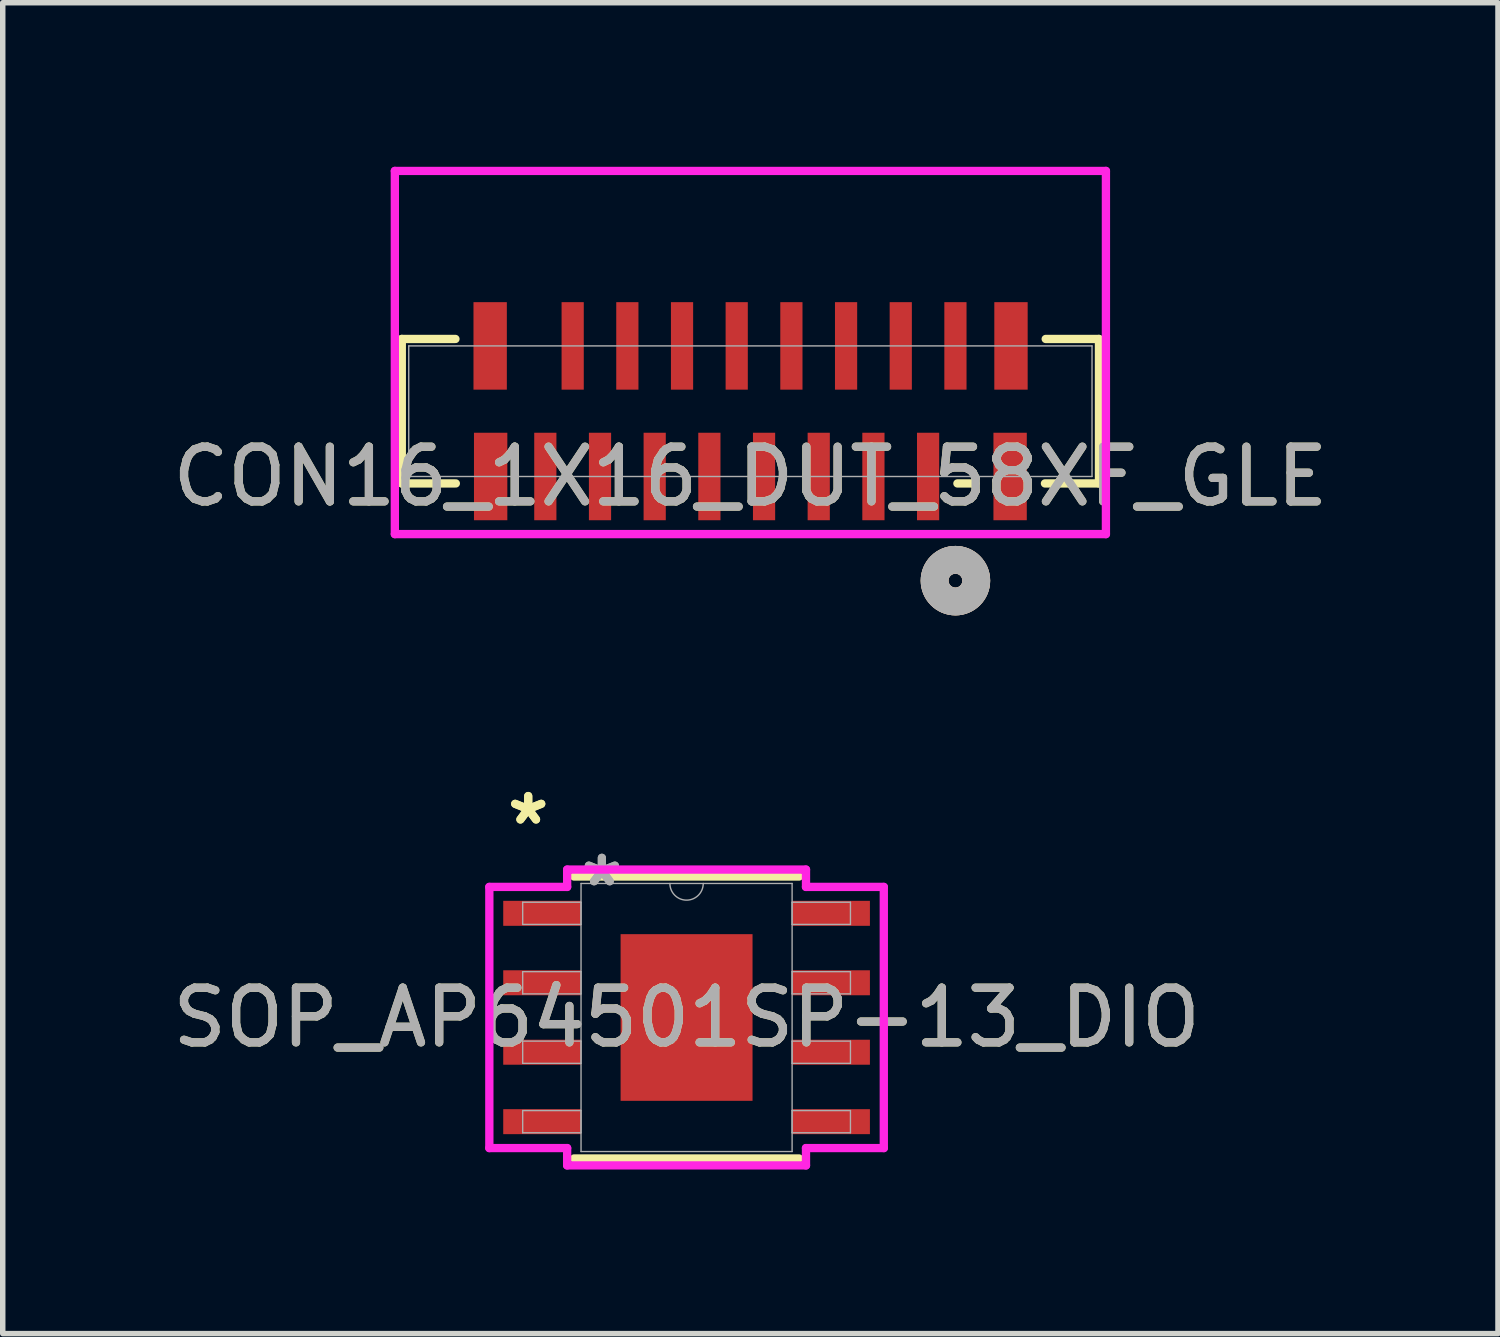
<source format=kicad_pcb>
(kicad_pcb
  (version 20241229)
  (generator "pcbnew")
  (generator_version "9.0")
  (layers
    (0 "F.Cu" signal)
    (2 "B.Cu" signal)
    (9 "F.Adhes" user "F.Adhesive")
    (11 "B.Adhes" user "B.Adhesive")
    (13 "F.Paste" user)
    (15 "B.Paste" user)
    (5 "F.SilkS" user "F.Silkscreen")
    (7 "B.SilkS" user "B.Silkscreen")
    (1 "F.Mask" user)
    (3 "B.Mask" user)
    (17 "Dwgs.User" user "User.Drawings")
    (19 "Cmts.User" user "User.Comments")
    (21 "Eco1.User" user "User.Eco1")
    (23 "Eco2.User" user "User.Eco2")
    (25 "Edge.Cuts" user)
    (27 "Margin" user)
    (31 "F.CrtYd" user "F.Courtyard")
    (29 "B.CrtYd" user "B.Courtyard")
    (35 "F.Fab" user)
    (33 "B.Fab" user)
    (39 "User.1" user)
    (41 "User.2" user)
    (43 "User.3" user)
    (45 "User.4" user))
  (footprint "CON16_1X16_DUT_58XF_GLE"
    (layer "F.Cu")
    (at 14.423 5.664)
    (property "Reference" "CON16_1X16_DUT_58XF_GLE" (at -3.75 0 0) (unlocked yes) (layer "F.SilkS") (effects (font (size 1 1) (thickness 0.15))))
    (attr smd)
    (fp_line (start -10.125 -2.515) (end -10.125 0.127) (stroke (width 0.152) (type solid)) (layer "F.SilkS"))
    (fp_line (start -10.125 0.127) (end -9.137 0.127) (stroke (width 0.152) (type solid)) (layer "F.SilkS"))
    (fp_line (start -9.144 -2.515) (end -10.125 -2.515) (stroke (width 0.152) (type solid)) (layer "F.SilkS"))
    (fp_line (start 0.036 0.127) (end 0.362 0.127) (stroke (width 0.152) (type solid)) (layer "F.SilkS"))
    (fp_line (start 1.637 0.127) (end 2.625 0.127) (stroke (width 0.152) (type solid)) (layer "F.SilkS"))
    (fp_line (start 2.625 -2.515) (end 1.651 -2.515) (stroke (width 0.152) (type solid)) (layer "F.SilkS"))
    (fp_line (start 2.625 0.127) (end 2.625 -2.515) (stroke (width 0.152) (type solid)) (layer "F.SilkS"))
    (fp_circle (center 0 1.905) (end 0.381 1.905) (stroke (width 0.508) (type solid)) (fill no) (layer "F.SilkS"))
    (fp_circle (center 0 1.905) (end 0.381 1.905) (stroke (width 0.508) (type solid)) (fill no) (layer "B.SilkS"))
    (fp_line (start -10.252 -5.588) (end -10.252 1.054) (stroke (width 0.152) (type solid)) (layer "F.CrtYd"))
    (fp_line (start -10.252 1.054) (end 2.752 1.054) (stroke (width 0.152) (type solid)) (layer "F.CrtYd"))
    (fp_line (start 2.752 -5.588) (end -10.252 -5.588) (stroke (width 0.152) (type solid)) (layer "F.CrtYd"))
    (fp_line (start 2.752 1.054) (end 2.752 -5.588) (stroke (width 0.152) (type solid)) (layer "F.CrtYd"))
    (fp_line (start -9.998 -2.388) (end -9.998 0) (stroke (width 0.025) (type solid)) (layer "F.Fab"))
    (fp_line (start -9.998 0) (end 2.498 0) (stroke (width 0.025) (type solid)) (layer "F.Fab"))
    (fp_line (start 2.498 -2.388) (end -9.998 -2.388) (stroke (width 0.025) (type solid)) (layer "F.Fab"))
    (fp_line (start 2.498 0) (end 2.498 -2.388) (stroke (width 0.025) (type solid)) (layer "F.Fab"))
    (fp_circle (center 0 1.905) (end 0.381 1.905) (stroke (width 0.508) (type solid)) (fill no) (layer "F.Fab"))
    (fp_text user "${REFERENCE}" (at -3.75 0 0) (unlocked yes) (layer "F.Fab") (effects (font (size 1 1) (thickness 0.15))))
    (pad "1" smd rect (at 0 -2.388) (size 0.406 1.6) (layers "F.Cu" "F.Mask" "F.Paste"))
    (pad "2" smd rect (at -0.5 0) (size 0.406 1.6) (layers "F.Cu" "F.Mask" "F.Paste"))
    (pad "3" smd rect (at -1 -2.388) (size 0.406 1.6) (layers "F.Cu" "F.Mask" "F.Paste"))
    (pad "4" smd rect (at -1.5 0) (size 0.406 1.6) (layers "F.Cu" "F.Mask" "F.Paste"))
    (pad "5" smd rect (at -2 -2.388) (size 0.406 1.6) (layers "F.Cu" "F.Mask" "F.Paste"))
    (pad "6" smd rect (at -2.5 0) (size 0.406 1.6) (layers "F.Cu" "F.Mask" "F.Paste"))
    (pad "7" smd rect (at -3 -2.388) (size 0.406 1.6) (layers "F.Cu" "F.Mask" "F.Paste"))
    (pad "8" smd rect (at -3.5 0) (size 0.406 1.6) (layers "F.Cu" "F.Mask" "F.Paste"))
    (pad "9" smd rect (at -4 -2.388) (size 0.406 1.6) (layers "F.Cu" "F.Mask" "F.Paste"))
    (pad "10" smd rect (at -4.5 0) (size 0.406 1.6) (layers "F.Cu" "F.Mask" "F.Paste"))
    (pad "11" smd rect (at -5 -2.388) (size 0.406 1.6) (layers "F.Cu" "F.Mask" "F.Paste"))
    (pad "12" smd rect (at -5.5 0) (size 0.406 1.6) (layers "F.Cu" "F.Mask" "F.Paste"))
    (pad "13" smd rect (at -6 -2.388) (size 0.406 1.6) (layers "F.Cu" "F.Mask" "F.Paste"))
    (pad "14" smd rect (at -6.5 0) (size 0.406 1.6) (layers "F.Cu" "F.Mask" "F.Paste"))
    (pad "15" smd rect (at -7 -2.388) (size 0.406 1.6) (layers "F.Cu" "F.Mask" "F.Paste"))
    (pad "16" smd rect (at -7.5 0) (size 0.406 1.6) (layers "F.Cu" "F.Mask" "F.Paste"))
    (pad "SH1" smd rect (at -8.5 0) (size 0.61 1.6) (layers "F.Cu" "F.Mask" "F.Paste"))
    (pad "SH2" smd rect (at 1 0) (size 0.61 1.6) (layers "F.Cu" "F.Mask" "F.Paste"))
    (pad "SH3" smd rect (at -8.509 -2.388) (size 0.61 1.6) (layers "F.Cu" "F.Mask" "F.Paste"))
    (pad "SH4" smd rect (at 1.016 -2.388) (size 0.61 1.6) (layers "F.Cu" "F.Mask" "F.Paste")))
  (footprint "SOP_AP64501SP-13_DIO"
    (layer "F.Cu")
    (at 9.506 15.558)
    (property "Reference" "SOP_AP64501SP-13_DIO" (at 0 0 0) (unlocked yes) (layer "F.SilkS") (effects (font (size 1 1) (thickness 0.15))))
    (attr smd)
    (fp_line (start -2.057 2.578) (end 2.057 2.578) (stroke (width 0.152) (type solid)) (layer "F.SilkS"))
    (fp_line (start 2.057 -2.578) (end -2.057 -2.578) (stroke (width 0.152) (type solid)) (layer "F.SilkS"))
    (fp_poly (pts (xy -1.107 -1.424) (xy -1.107 -0.1) (xy 1.107 -0.1) (xy 1.107 -1.424)) (stroke (width 0) (type solid)) (fill yes) (layer "F.Paste"))
    (fp_poly (pts (xy -1.107 0.1) (xy -1.107 1.424) (xy 1.107 1.424) (xy 1.107 0.1)) (stroke (width 0) (type solid)) (fill yes) (layer "F.Paste"))
    (fp_line (start -3.607 -2.388) (end -2.184 -2.388) (stroke (width 0.152) (type solid)) (layer "F.CrtYd"))
    (fp_line (start -3.607 2.388) (end -3.607 -2.388) (stroke (width 0.152) (type solid)) (layer "F.CrtYd"))
    (fp_line (start -3.607 2.388) (end -2.184 2.388) (stroke (width 0.152) (type solid)) (layer "F.CrtYd"))
    (fp_line (start -2.184 -2.705) (end 2.184 -2.705) (stroke (width 0.152) (type solid)) (layer "F.CrtYd"))
    (fp_line (start -2.184 -2.388) (end -2.184 -2.705) (stroke (width 0.152) (type solid)) (layer "F.CrtYd"))
    (fp_line (start -2.184 2.705) (end -2.184 2.388) (stroke (width 0.152) (type solid)) (layer "F.CrtYd"))
    (fp_line (start 2.184 -2.705) (end 2.184 -2.388) (stroke (width 0.152) (type solid)) (layer "F.CrtYd"))
    (fp_line (start 2.184 2.388) (end 2.184 2.705) (stroke (width 0.152) (type solid)) (layer "F.CrtYd"))
    (fp_line (start 2.184 2.705) (end -2.184 2.705) (stroke (width 0.152) (type solid)) (layer "F.CrtYd"))
    (fp_line (start 3.607 -2.388) (end 2.184 -2.388) (stroke (width 0.152) (type solid)) (layer "F.CrtYd"))
    (fp_line (start 3.607 -2.388) (end 3.607 2.388) (stroke (width 0.152) (type solid)) (layer "F.CrtYd"))
    (fp_line (start 3.607 2.388) (end 2.184 2.388) (stroke (width 0.152) (type solid)) (layer "F.CrtYd"))
    (fp_line (start -2.997 -2.108) (end -2.997 -1.702) (stroke (width 0.025) (type solid)) (layer "F.Fab"))
    (fp_line (start -2.997 -1.702) (end -1.93 -1.702) (stroke (width 0.025) (type solid)) (layer "F.Fab"))
    (fp_line (start -2.997 -0.838) (end -2.997 -0.432) (stroke (width 0.025) (type solid)) (layer "F.Fab"))
    (fp_line (start -2.997 -0.432) (end -1.93 -0.432) (stroke (width 0.025) (type solid)) (layer "F.Fab"))
    (fp_line (start -2.997 0.432) (end -2.997 0.838) (stroke (width 0.025) (type solid)) (layer "F.Fab"))
    (fp_line (start -2.997 0.838) (end -1.93 0.838) (stroke (width 0.025) (type solid)) (layer "F.Fab"))
    (fp_line (start -2.997 1.702) (end -2.997 2.108) (stroke (width 0.025) (type solid)) (layer "F.Fab"))
    (fp_line (start -2.997 2.108) (end -1.93 2.108) (stroke (width 0.025) (type solid)) (layer "F.Fab"))
    (fp_line (start -1.93 -2.451) (end -1.93 2.451) (stroke (width 0.025) (type solid)) (layer "F.Fab"))
    (fp_line (start -1.93 -2.108) (end -2.997 -2.108) (stroke (width 0.025) (type solid)) (layer "F.Fab"))
    (fp_line (start -1.93 -1.702) (end -1.93 -2.108) (stroke (width 0.025) (type solid)) (layer "F.Fab"))
    (fp_line (start -1.93 -0.838) (end -2.997 -0.838) (stroke (width 0.025) (type solid)) (layer "F.Fab"))
    (fp_line (start -1.93 -0.432) (end -1.93 -0.838) (stroke (width 0.025) (type solid)) (layer "F.Fab"))
    (fp_line (start -1.93 0.432) (end -2.997 0.432) (stroke (width 0.025) (type solid)) (layer "F.Fab"))
    (fp_line (start -1.93 0.838) (end -1.93 0.432) (stroke (width 0.025) (type solid)) (layer "F.Fab"))
    (fp_line (start -1.93 1.702) (end -2.997 1.702) (stroke (width 0.025) (type solid)) (layer "F.Fab"))
    (fp_line (start -1.93 2.108) (end -1.93 1.702) (stroke (width 0.025) (type solid)) (layer "F.Fab"))
    (fp_line (start -1.93 2.451) (end 1.93 2.451) (stroke (width 0.025) (type solid)) (layer "F.Fab"))
    (fp_line (start 1.93 -2.451) (end -1.93 -2.451) (stroke (width 0.025) (type solid)) (layer "F.Fab"))
    (fp_line (start 1.93 -2.108) (end 1.93 -1.702) (stroke (width 0.025) (type solid)) (layer "F.Fab"))
    (fp_line (start 1.93 -1.702) (end 2.997 -1.702) (stroke (width 0.025) (type solid)) (layer "F.Fab"))
    (fp_line (start 1.93 -0.838) (end 1.93 -0.432) (stroke (width 0.025) (type solid)) (layer "F.Fab"))
    (fp_line (start 1.93 -0.432) (end 2.997 -0.432) (stroke (width 0.025) (type solid)) (layer "F.Fab"))
    (fp_line (start 1.93 0.432) (end 1.93 0.838) (stroke (width 0.025) (type solid)) (layer "F.Fab"))
    (fp_line (start 1.93 0.838) (end 2.997 0.838) (stroke (width 0.025) (type solid)) (layer "F.Fab"))
    (fp_line (start 1.93 1.702) (end 1.93 2.108) (stroke (width 0.025) (type solid)) (layer "F.Fab"))
    (fp_line (start 1.93 2.108) (end 2.997 2.108) (stroke (width 0.025) (type solid)) (layer "F.Fab"))
    (fp_line (start 1.93 2.451) (end 1.93 -2.451) (stroke (width 0.025) (type solid)) (layer "F.Fab"))
    (fp_line (start 2.997 -2.108) (end 1.93 -2.108) (stroke (width 0.025) (type solid)) (layer "F.Fab"))
    (fp_line (start 2.997 -1.702) (end 2.997 -2.108) (stroke (width 0.025) (type solid)) (layer "F.Fab"))
    (fp_line (start 2.997 -0.838) (end 1.93 -0.838) (stroke (width 0.025) (type solid)) (layer "F.Fab"))
    (fp_line (start 2.997 -0.432) (end 2.997 -0.838) (stroke (width 0.025) (type solid)) (layer "F.Fab"))
    (fp_line (start 2.997 0.432) (end 1.93 0.432) (stroke (width 0.025) (type solid)) (layer "F.Fab"))
    (fp_line (start 2.997 0.838) (end 2.997 0.432) (stroke (width 0.025) (type solid)) (layer "F.Fab"))
    (fp_line (start 2.997 1.702) (end 1.93 1.702) (stroke (width 0.025) (type solid)) (layer "F.Fab"))
    (fp_line (start 2.997 2.108) (end 2.997 1.702) (stroke (width 0.025) (type solid)) (layer "F.Fab"))
    (fp_arc (start 0.3048 -2.4511) (mid 0 -2.1463) (end -0.3048 -2.4511) (stroke (width 0.0254) (type solid)) (layer "F.Fab"))
    (fp_text user "*" (at -2.896 -3.505 0) (layer "F.SilkS") (effects (font (size 1 1) (thickness 0.15))))
    (fp_text user "*" (at -2.896 -3.505 0) (unlocked yes) (layer "F.SilkS") (effects (font (size 1 1) (thickness 0.15))))
    (fp_text user "*" (at -1.549 -2.375 0) (layer "F.Fab") (effects (font (size 1 1) (thickness 0.15))))
    (fp_text user "*" (at -1.549 -2.375 0) (unlocked yes) (layer "F.Fab") (effects (font (size 1 1) (thickness 0.15))))
    (fp_text user "${REFERENCE}" (at 0 0 0) (unlocked yes) (layer "F.Fab") (effects (font (size 1 1) (thickness 0.15))))
    (pad "1" smd rect (at -2.642 -1.905) (size 1.422 0.457) (layers "F.Cu" "F.Mask" "F.Paste"))
    (pad "2" smd rect (at -2.642 -0.635) (size 1.422 0.457) (layers "F.Cu" "F.Mask" "F.Paste"))
    (pad "3" smd rect (at -2.642 0.635) (size 1.422 0.457) (layers "F.Cu" "F.Mask" "F.Paste"))
    (pad "4" smd rect (at -2.642 1.905) (size 1.422 0.457) (layers "F.Cu" "F.Mask" "F.Paste"))
    (pad "5" smd rect (at 2.642 1.905) (size 1.422 0.457) (layers "F.Cu" "F.Mask" "F.Paste"))
    (pad "6" smd rect (at 2.642 0.635) (size 1.422 0.457) (layers "F.Cu" "F.Mask" "F.Paste"))
    (pad "7" smd rect (at 2.642 -0.635) (size 1.422 0.457) (layers "F.Cu" "F.Mask" "F.Paste"))
    (pad "8" smd rect (at 2.642 -1.905) (size 1.422 0.457) (layers "F.Cu" "F.Mask" "F.Paste"))
    (pad "9" smd rect (at 0 0) (size 2.413 3.048) (layers "F.Cu" "F.Mask")))
  (gr_rect
    (start -3 -3)
    (end 24.345 21.339)
    (stroke (width 0.1) (type default))
    (fill no)
    (layer "Edge.Cuts")))
</source>
